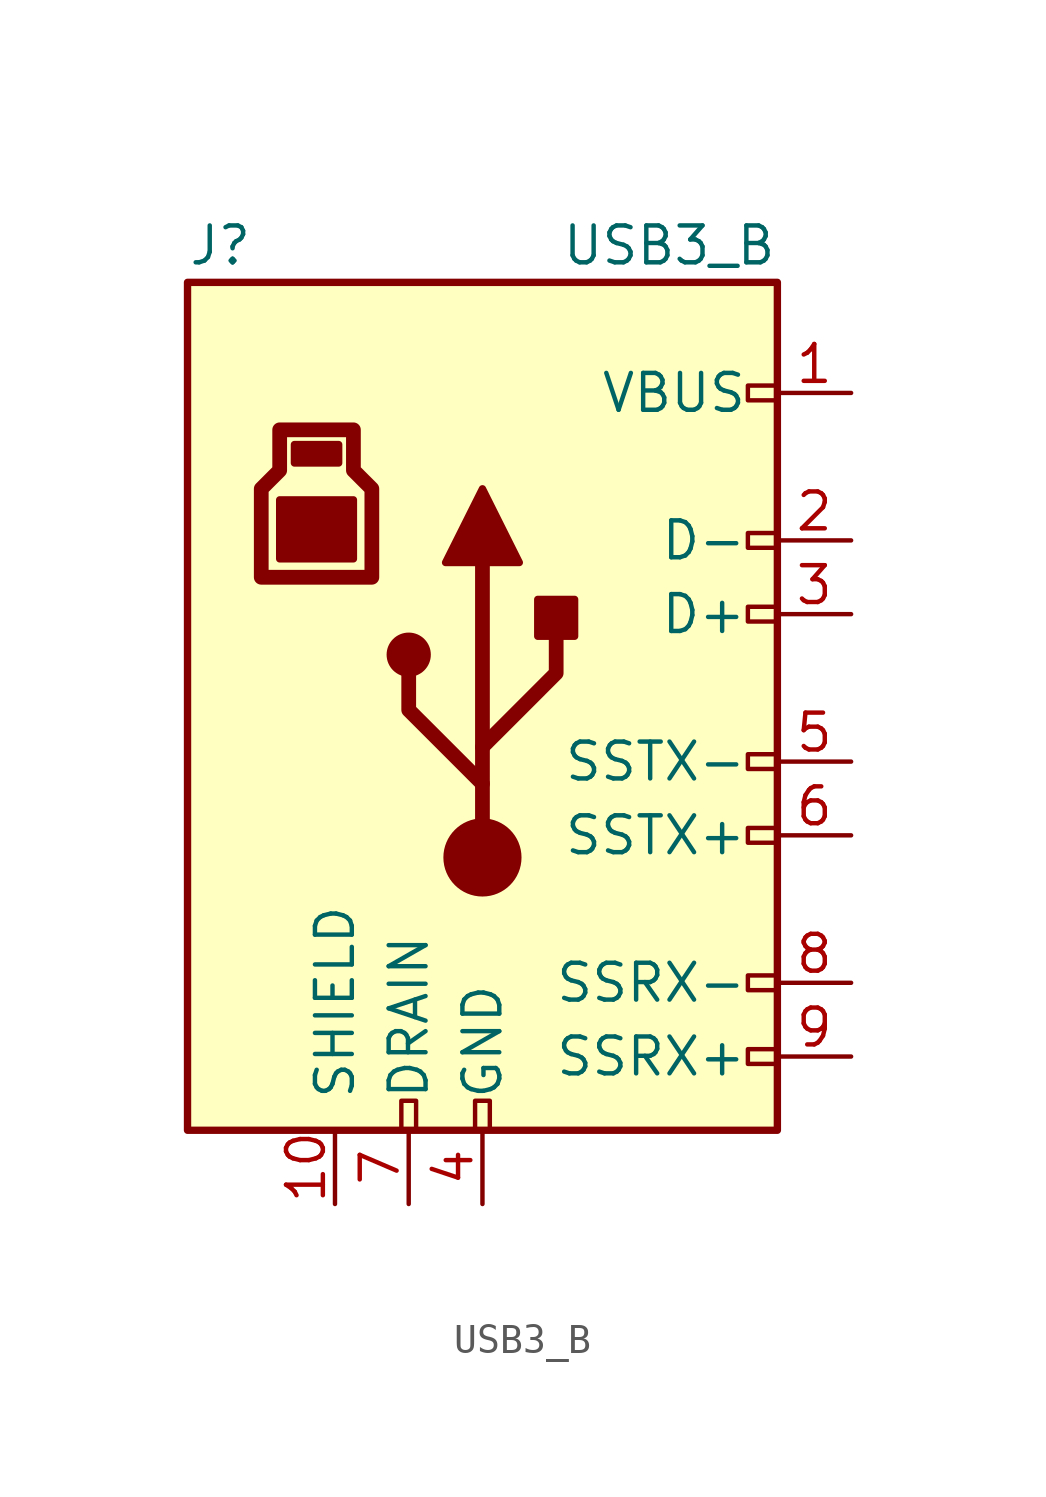
<source format=kicad_sym>
(kicad_symbol_lib
  (version 20231120)
  (generator "kicad_symbol_editor")
  (generator_version "8.0")
  (symbol "USB3_B"
    (pin_names
      (offset 1.016))
    (property "Reference" "J"
      (at -10.16 15.24 0)
      (effects (font (size 1.27 1.27)) (justify left)))
    (property "Value" "USB3_B"
      (at 10.16 15.24 0)
      (effects (font (size 1.27 1.27)) (justify right)))
    (symbol "USB3_B_0_0"
      (rectangle (start -2.794 -15.24) (end -2.286 -14.224) (stroke (width 0) (type default)) (fill (type none)))
      (rectangle (start -0.254 -15.24) (end 0.254 -14.224) (stroke (width 0) (type default)) (fill (type none)))
      (rectangle (start 10.16 -12.446) (end 9.144 -12.954) (stroke (width 0) (type default)) (fill (type none)))
      (rectangle (start 10.16 -9.906) (end 9.144 -10.414) (stroke (width 0) (type default)) (fill (type none)))
      (rectangle (start 10.16 -4.826) (end 9.144 -5.334) (stroke (width 0) (type default)) (fill (type none)))
      (rectangle (start 10.16 -2.286) (end 9.144 -2.794) (stroke (width 0) (type default)) (fill (type none)))
      (rectangle (start 10.16 2.794) (end 9.144 2.286) (stroke (width 0) (type default)) (fill (type none)))
      (rectangle (start 10.16 5.334) (end 9.144 4.826) (stroke (width 0) (type default)) (fill (type none)))
      (rectangle (start 10.16 10.414) (end 9.144 9.906) (stroke (width 0) (type default)) (fill (type none))))
    (symbol "USB3_B_0_1"
      (rectangle (start -10.16 13.97) (end 10.16 -15.24) (stroke (width 0.254) (type default)) (fill (type background)))
      (rectangle (start -6.477 8.382) (end -4.953 7.747) (stroke (width 0.254) (type default)) (fill (type outline)))
      (rectangle (start -4.445 4.445) (end -6.985 6.477) (stroke (width 0.254) (type default)) (fill (type outline)))
      (polyline (pts (xy -6.985 8.89) (xy -6.985 7.493) (xy -7.62 6.858) (xy -7.62 3.81) (xy -3.81 3.81) (xy -3.81 6.858) (xy -4.445 7.493) (xy -4.445 8.89) (xy -6.858 8.89) (xy -6.985 8.89)) (stroke (width 0.508) (type default)) (fill (type none))))
    (symbol "USB3_B_1_1"
      (circle (center -2.54 1.143) (radius 0.635) (stroke (width 0.254) (type default)) (fill (type outline)))
      (circle (center 0 -5.842) (radius 1.27) (stroke (width 0) (type default)) (fill (type outline)))
      (polyline (pts (xy 0 -5.842) (xy 0 4.318)) (stroke (width 0.508) (type default)) (fill (type none)))
      (polyline (pts (xy 0 -3.302) (xy -2.54 -0.762) (xy -2.54 0.508)) (stroke (width 0.508) (type default)) (fill (type none)))
      (polyline (pts (xy 0 -2.032) (xy 2.54 0.508) (xy 2.54 1.778)) (stroke (width 0.508) (type default)) (fill (type none)))
      (polyline (pts (xy -1.27 4.318) (xy 0 6.858) (xy 1.27 4.318) (xy -1.27 4.318)) (stroke (width 0.254) (type default)) (fill (type outline)))
      (rectangle (start 1.905 1.778) (end 3.175 3.048) (stroke (width 0.254) (type default)) (fill (type outline)))
      (pin power_out line (at 12.7 10.16 180) (length 2.54) (name "VBUS" (effects (font (size 1.27 1.27)))) (number "1" (effects (font (size 1.27 1.27)))))
      (pin passive line (at -5.08 -17.78 90) (length 2.54) (name "SHIELD" (effects (font (size 1.27 1.27)))) (number "10" (effects (font (size 1.27 1.27)))))
      (pin bidirectional line (at 12.7 5.08 180) (length 2.54) (name "D-" (effects (font (size 1.27 1.27)))) (number "2" (effects (font (size 1.27 1.27)))))
      (pin bidirectional line (at 12.7 2.54 180) (length 2.54) (name "D+" (effects (font (size 1.27 1.27)))) (number "3" (effects (font (size 1.27 1.27)))))
      (pin power_out line (at 0 -17.78 90) (length 2.54) (name "GND" (effects (font (size 1.27 1.27)))) (number "4" (effects (font (size 1.27 1.27)))))
      (pin input line (at 12.7 -2.54 180) (length 2.54) (name "SSTX-" (effects (font (size 1.27 1.27)))) (number "5" (effects (font (size 1.27 1.27)))))
      (pin input line (at 12.7 -5.08 180) (length 2.54) (name "SSTX+" (effects (font (size 1.27 1.27)))) (number "6" (effects (font (size 1.27 1.27)))))
      (pin passive line (at -2.54 -17.78 90) (length 2.54) (name "DRAIN" (effects (font (size 1.27 1.27)))) (number "7" (effects (font (size 1.27 1.27)))))
      (pin output line (at 12.7 -10.16 180) (length 2.54) (name "SSRX-" (effects (font (size 1.27 1.27)))) (number "8" (effects (font (size 1.27 1.27)))))
      (pin output line (at 12.7 -12.7 180) (length 2.54) (name "SSRX+" (effects (font (size 1.27 1.27)))) (number "9" (effects (font (size 1.27 1.27))))))))
</source>
